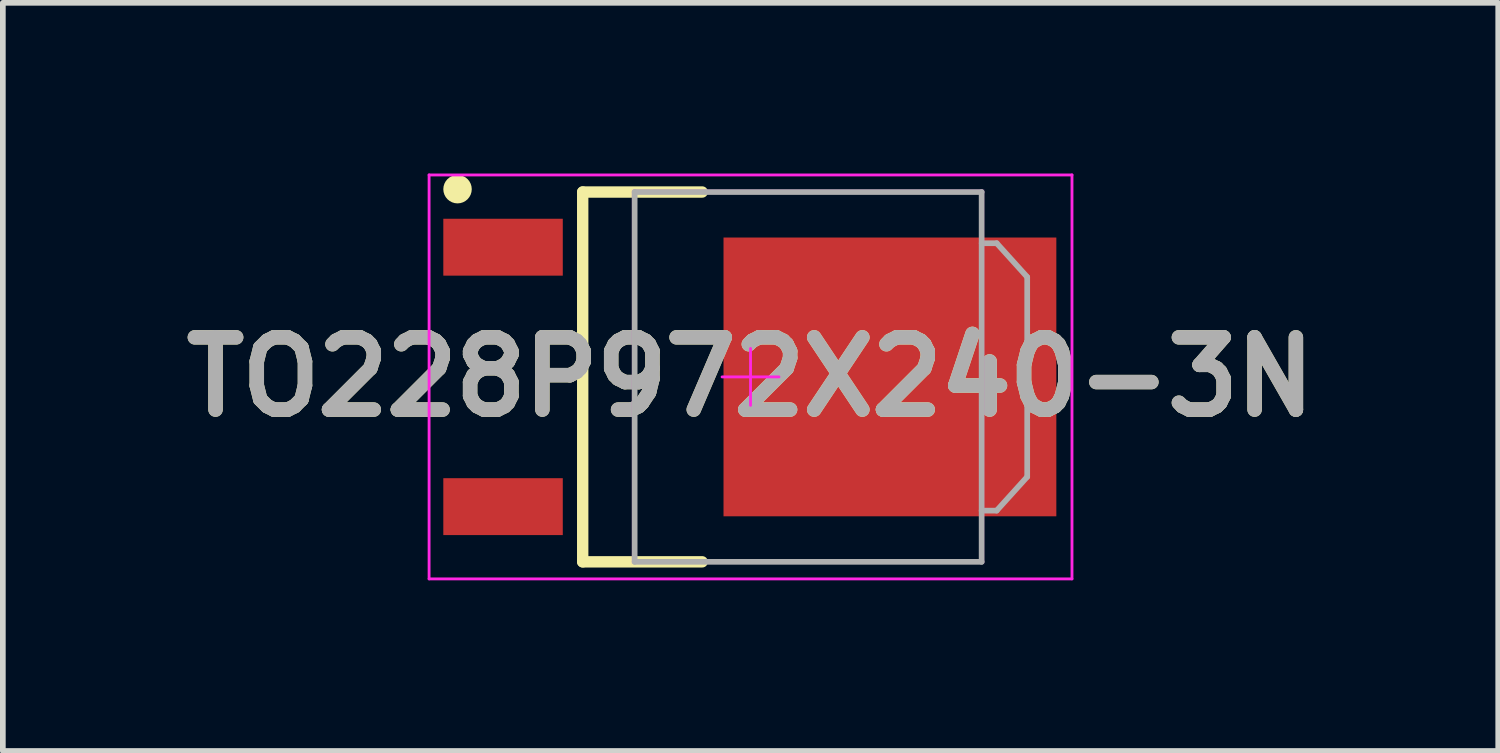
<source format=kicad_pcb>
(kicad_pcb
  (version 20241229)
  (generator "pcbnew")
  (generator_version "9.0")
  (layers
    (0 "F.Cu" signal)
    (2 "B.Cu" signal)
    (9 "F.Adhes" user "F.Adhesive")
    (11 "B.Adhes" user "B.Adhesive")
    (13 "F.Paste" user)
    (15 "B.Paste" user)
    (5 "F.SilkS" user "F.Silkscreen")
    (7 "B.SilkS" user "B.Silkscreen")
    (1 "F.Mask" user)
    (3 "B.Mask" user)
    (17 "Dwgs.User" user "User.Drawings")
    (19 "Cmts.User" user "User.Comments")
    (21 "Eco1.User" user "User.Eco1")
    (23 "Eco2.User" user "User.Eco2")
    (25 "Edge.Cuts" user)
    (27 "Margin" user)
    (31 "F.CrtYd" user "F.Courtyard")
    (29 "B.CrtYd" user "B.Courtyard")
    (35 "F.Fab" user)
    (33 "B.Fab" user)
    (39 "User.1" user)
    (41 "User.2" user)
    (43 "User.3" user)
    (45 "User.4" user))
  (footprint "TO228P972X240-3N"
    (layer "F.Cu")
    (at 10.142 3.575)
    (property "Reference" "TO228P972X240-3N" (at 0 0 0) (layer "F.SilkS") (effects (font (size 1.27 1.27) (thickness 0.254))))
    (attr smd)
    (fp_line (start -2.95 -3.25) (end -0.85 -3.25) (stroke (width 0.2) (type solid)) (layer "F.SilkS"))
    (fp_line (start -2.95 3.25) (end -2.95 -3.25) (stroke (width 0.2) (type solid)) (layer "F.SilkS"))
    (fp_line (start -0.85 3.25) (end -2.95 3.25) (stroke (width 0.2) (type solid)) (layer "F.SilkS"))
    (fp_circle (center -5.15 -3.3) (end -5.15 -3.175) (stroke (width 0.25) (type solid)) (fill no) (layer "F.SilkS"))
    (fp_line (start -5.65 -3.55) (end -5.65 3.55) (stroke (width 0.05) (type solid)) (layer "F.CrtYd"))
    (fp_line (start -5.65 3.55) (end 5.65 3.55) (stroke (width 0.05) (type solid)) (layer "F.CrtYd"))
    (fp_line (start -2.088 -3.3) (end -2.088 3.3) (stroke (width 0.001) (type solid)) (layer "F.CrtYd"))
    (fp_line (start -2.088 3.3) (end 4.112 3.3) (stroke (width 0.001) (type solid)) (layer "F.CrtYd"))
    (fp_line (start -0.5 0) (end 0.5 0) (stroke (width 0.05) (type solid)) (layer "F.CrtYd"))
    (fp_line (start 0 0.5) (end 0 -0.5) (stroke (width 0.05) (type solid)) (layer "F.CrtYd"))
    (fp_line (start 4.112 -3.3) (end -2.088 -3.3) (stroke (width 0.001) (type solid)) (layer "F.CrtYd"))
    (fp_line (start 4.112 3.3) (end 4.112 -3.3) (stroke (width 0.001) (type solid)) (layer "F.CrtYd"))
    (fp_line (start 5.65 -3.55) (end -5.65 -3.55) (stroke (width 0.05) (type solid)) (layer "F.CrtYd"))
    (fp_line (start 5.65 3.55) (end 5.65 -3.55) (stroke (width 0.05) (type solid)) (layer "F.CrtYd"))
    (fp_line (start -2.037 -3.25) (end -2.037 3.25) (stroke (width 0.1) (type solid)) (layer "F.Fab"))
    (fp_line (start -2.037 3.25) (end 4.062 3.25) (stroke (width 0.1) (type solid)) (layer "F.Fab"))
    (fp_line (start 4.062 -3.25) (end -2.037 -3.25) (stroke (width 0.1) (type solid)) (layer "F.Fab"))
    (fp_line (start 4.062 2.35) (end 4.326 2.35) (stroke (width 0.1) (type solid)) (layer "F.Fab"))
    (fp_line (start 4.062 3.25) (end 4.062 -3.25) (stroke (width 0.1) (type solid)) (layer "F.Fab"))
    (fp_line (start 4.326 2.35) (end 4.863 1.756) (stroke (width 0.1) (type solid)) (layer "F.Fab"))
    (fp_line (start 4.327 -2.35) (end 4.063 -2.35) (stroke (width 0.1) (type solid)) (layer "F.Fab"))
    (fp_line (start 4.863 -1.756) (end 4.327 -2.35) (stroke (width 0.1) (type solid)) (layer "F.Fab"))
    (fp_line (start 4.863 1.756) (end 4.863 -1.756) (stroke (width 0.1) (type solid)) (layer "F.Fab"))
    (fp_text user "${REFERENCE}" (at 0 0 0) (layer "F.Fab") (effects (font (size 1.27 1.27) (thickness 0.254))))
    (pad "1" smd rect (at -4.35 -2.28 90) (size 1 2.1) (layers "F.Cu" "F.Mask" "F.Paste"))
    (pad "3" smd rect (at -4.35 2.28 90) (size 1 2.1) (layers "F.Cu" "F.Mask" "F.Paste"))
    (pad "4" smd rect (at 2.45 0 90) (size 4.9 5.85) (layers "F.Cu" "F.Mask" "F.Paste")))
  (gr_rect
    (start -3 -3)
    (end 23.284 10.15)
    (stroke (width 0.1) (type default))
    (fill no)
    (layer "Edge.Cuts")))
</source>
